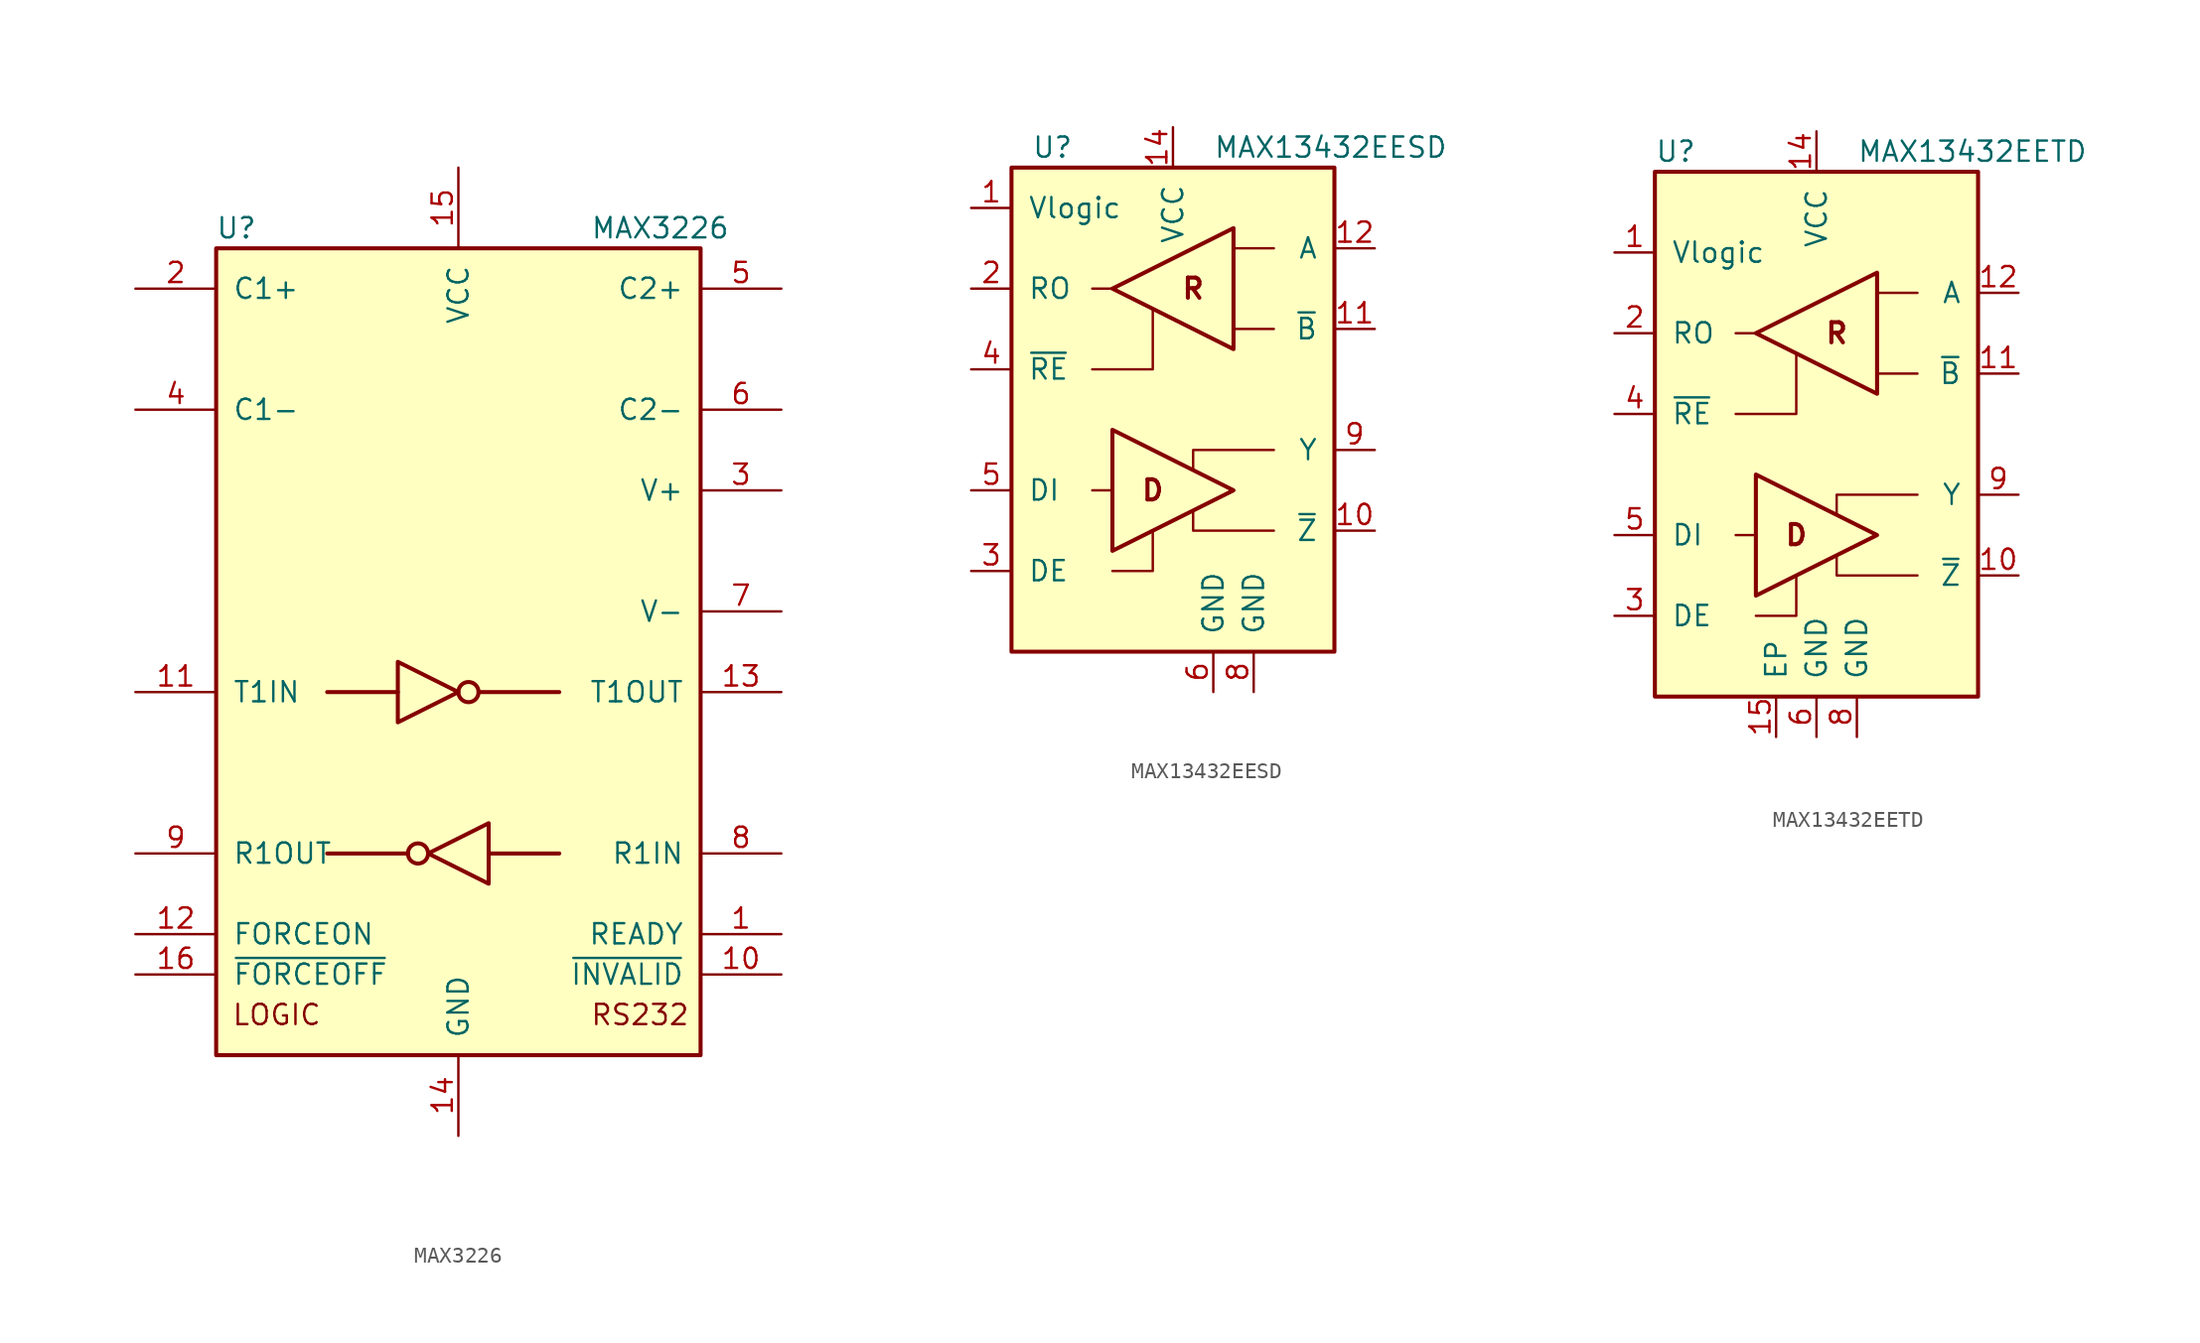
<source format=kicad_sym>
(kicad_symbol_lib
  (version 20201005)
  (generator kicad_symbol_editor)
  (symbol "Interface_UART:MAX3226"
    (pin_names
      (offset 1.016))
    (property "Reference" "U"
      (at -13.97 26.67 0)
      (effects (font (size 1.27 1.27))))
    (property "Value" "MAX3226"
      (at 12.7 26.67 0)
      (effects (font (size 1.27 1.27))))
    (symbol "MAX3226_0_0"
      (text "LOGIC" (at -11.43 -22.86 0) (effects (font (size 1.27 1.27))))
      (text "RS232" (at 11.43 -22.86 0) (effects (font (size 1.27 1.27)))))
    (symbol "MAX3226_0_1"
      (circle (center -2.54 -12.7) (radius 0.635) (stroke (width 0.254)) (fill (type none)))
      (circle (center 0.635 -2.54) (radius 0.635) (stroke (width 0.254)) (fill (type none)))
      (rectangle (start -15.24 -25.4) (end 15.24 25.4) (stroke (width 0.254)) (fill (type background)))
      (polyline (pts (xy -3.81 -2.54) (xy -8.255 -2.54)) (stroke (width 0.254)) (fill (type none)))
      (polyline (pts (xy -3.175 -12.7) (xy -8.255 -12.7)) (stroke (width 0.254)) (fill (type none)))
      (polyline (pts (xy 1.27 -2.54) (xy 6.35 -2.54)) (stroke (width 0.254)) (fill (type none)))
      (polyline (pts (xy 1.905 -12.7) (xy 6.35 -12.7)) (stroke (width 0.254)) (fill (type none)))
      (polyline (pts (xy -3.81 -0.635) (xy -3.81 -4.445) (xy 0 -2.54) (xy -3.81 -0.635)) (stroke (width 0.254)) (fill (type none)))
      (polyline (pts (xy 1.905 -10.795) (xy 1.905 -14.605) (xy -1.905 -12.7) (xy 1.905 -10.795)) (stroke (width 0.254)) (fill (type none))))
    (symbol "MAX3226_1_1"
      (pin output line (at 20.32 -17.78 180) (length 5.08) (name "READY" (effects (font (size 1.27 1.27)))) (number "1" (effects (font (size 1.27 1.27)))))
      (pin output line (at 20.32 -20.32 180) (length 5.08) (name "~INVALID" (effects (font (size 1.27 1.27)))) (number "10" (effects (font (size 1.27 1.27)))))
      (pin input line (at -20.32 -2.54 0) (length 5.08) (name "T1IN" (effects (font (size 1.27 1.27)))) (number "11" (effects (font (size 1.27 1.27)))))
      (pin input line (at -20.32 -17.78 0) (length 5.08) (name "FORCEON" (effects (font (size 1.27 1.27)))) (number "12" (effects (font (size 1.27 1.27)))))
      (pin output line (at 20.32 -2.54 180) (length 5.08) (name "T1OUT" (effects (font (size 1.27 1.27)))) (number "13" (effects (font (size 1.27 1.27)))))
      (pin power_in line (at 0 -30.48 90) (length 5.08) (name "GND" (effects (font (size 1.27 1.27)))) (number "14" (effects (font (size 1.27 1.27)))))
      (pin power_in line (at 0 30.48 270) (length 5.08) (name "VCC" (effects (font (size 1.27 1.27)))) (number "15" (effects (font (size 1.27 1.27)))))
      (pin input line (at -20.32 -20.32 0) (length 5.08) (name "~FORCEOFF" (effects (font (size 1.27 1.27)))) (number "16" (effects (font (size 1.27 1.27)))))
      (pin passive line (at -20.32 22.86 0) (length 5.08) (name "C1+" (effects (font (size 1.27 1.27)))) (number "2" (effects (font (size 1.27 1.27)))))
      (pin power_out line (at 20.32 10.16 180) (length 5.08) (name "V+" (effects (font (size 1.27 1.27)))) (number "3" (effects (font (size 1.27 1.27)))))
      (pin passive line (at -20.32 15.24 0) (length 5.08) (name "C1-" (effects (font (size 1.27 1.27)))) (number "4" (effects (font (size 1.27 1.27)))))
      (pin passive line (at 20.32 22.86 180) (length 5.08) (name "C2+" (effects (font (size 1.27 1.27)))) (number "5" (effects (font (size 1.27 1.27)))))
      (pin passive line (at 20.32 15.24 180) (length 5.08) (name "C2-" (effects (font (size 1.27 1.27)))) (number "6" (effects (font (size 1.27 1.27)))))
      (pin power_out line (at 20.32 2.54 180) (length 5.08) (name "V-" (effects (font (size 1.27 1.27)))) (number "7" (effects (font (size 1.27 1.27)))))
      (pin input line (at 20.32 -12.7 180) (length 5.08) (name "R1IN" (effects (font (size 1.27 1.27)))) (number "8" (effects (font (size 1.27 1.27)))))
      (pin output line (at -20.32 -12.7 0) (length 5.08) (name "R1OUT" (effects (font (size 1.27 1.27)))) (number "9" (effects (font (size 1.27 1.27)))))))
  (symbol "Interface_UART:MAX13432EESD"
    (pin_names
      (offset 1.016))
    (property "Reference" "U"
      (at -8.89 16.51 0)
      (effects (font (size 1.27 1.27)) (justify left)))
    (property "Value" "MAX13432EESD"
      (at 2.54 16.51 0)
      (effects (font (size 1.27 1.27)) (justify left)))
    (symbol "MAX13432EESD_0_0"
      (text "D" (at -1.27 -5.08 0) (effects (font (size 1.27 1.27) bold)))
      (text "R" (at 1.27 7.62 0) (effects (font (size 1.27 1.27) bold))))
    (symbol "MAX13432EESD_0_1"
      (rectangle (start -10.16 15.24) (end 10.16 -15.24) (stroke (width 0.254)) (fill (type background)))
      (polyline (pts (xy -5.08 -5.08) (xy -3.81 -5.08)) (stroke (width 0)) (fill (type none)))
      (polyline (pts (xy -3.81 7.62) (xy -5.08 7.62)) (stroke (width 0)) (fill (type none)))
      (polyline (pts (xy 6.35 5.08) (xy 3.81 5.08) (xy 3.81 5.08)) (stroke (width 0)) (fill (type none)))
      (polyline (pts (xy 6.35 10.16) (xy 3.81 10.16) (xy 3.81 10.16)) (stroke (width 0)) (fill (type none)))
      (polyline (pts (xy -3.81 -10.16) (xy -1.27 -10.16) (xy -1.27 -7.62) (xy -1.27 -7.62)) (stroke (width 0)) (fill (type none)))
      (polyline (pts (xy -1.27 6.35) (xy -1.27 2.54) (xy -2.54 2.54) (xy -5.08 2.54)) (stroke (width 0)) (fill (type none)))
      (polyline (pts (xy 6.35 -7.62) (xy 1.27 -7.62) (xy 1.27 -6.35) (xy 1.27 -6.35)) (stroke (width 0)) (fill (type none)))
      (polyline (pts (xy 6.35 -2.54) (xy 1.27 -2.54) (xy 1.27 -3.81) (xy 1.27 -3.81)) (stroke (width 0)) (fill (type none)))
      (polyline (pts (xy -3.81 -1.27) (xy -3.81 -8.89) (xy 3.81 -5.08) (xy -3.81 -1.27) (xy -3.81 -1.27)) (stroke (width 0.254)) (fill (type none)))
      (polyline (pts (xy 3.81 11.43) (xy 3.81 3.81) (xy -3.81 7.62) (xy 3.81 11.43) (xy 3.81 11.43)) (stroke (width 0.254)) (fill (type none))))
    (symbol "MAX13432EESD_1_1"
      (pin power_in line (at -12.7 12.7 0) (length 2.54) (name "Vlogic" (effects (font (size 1.27 1.27)))) (number "1" (effects (font (size 1.27 1.27)))))
      (pin output line (at 12.7 -7.62 180) (length 2.54) (name "~Z~" (effects (font (size 1.27 1.27)))) (number "10" (effects (font (size 1.27 1.27)))))
      (pin input line (at 12.7 5.08 180) (length 2.54) (name "~B" (effects (font (size 1.27 1.27)))) (number "11" (effects (font (size 1.27 1.27)))))
      (pin input line (at 12.7 10.16 180) (length 2.54) (name "A" (effects (font (size 1.27 1.27)))) (number "12" (effects (font (size 1.27 1.27)))))
      (pin no_connect line (at 10.16 0 180) (length 2.54) hide (name "NC" (effects (font (size 1.27 1.27)))) (number "13" (effects (font (size 1.27 1.27)))))
      (pin power_in line (at 0 17.78 270) (length 2.54) (name "VCC" (effects (font (size 1.27 1.27)))) (number "14" (effects (font (size 1.27 1.27)))))
      (pin output line (at -12.7 7.62 0) (length 2.54) (name "RO" (effects (font (size 1.27 1.27)))) (number "2" (effects (font (size 1.27 1.27)))))
      (pin input line (at -12.7 -10.16 0) (length 2.54) (name "DE" (effects (font (size 1.27 1.27)))) (number "3" (effects (font (size 1.27 1.27)))))
      (pin input line (at -12.7 2.54 0) (length 2.54) (name "~RE" (effects (font (size 1.27 1.27)))) (number "4" (effects (font (size 1.27 1.27)))))
      (pin input line (at -12.7 -5.08 0) (length 2.54) (name "DI" (effects (font (size 1.27 1.27)))) (number "5" (effects (font (size 1.27 1.27)))))
      (pin power_in line (at 2.54 -17.78 90) (length 2.54) (name "GND" (effects (font (size 1.27 1.27)))) (number "6" (effects (font (size 1.27 1.27)))))
      (pin no_connect line (at 10.16 2.54 180) (length 2.54) hide (name "NC" (effects (font (size 1.27 1.27)))) (number "7" (effects (font (size 1.27 1.27)))))
      (pin power_in line (at 5.08 -17.78 90) (length 2.54) (name "GND" (effects (font (size 1.27 1.27)))) (number "8" (effects (font (size 1.27 1.27)))))
      (pin output line (at 12.7 -2.54 180) (length 2.54) (name "Y" (effects (font (size 1.27 1.27)))) (number "9" (effects (font (size 1.27 1.27)))))))
  (symbol "Interface_UART:MAX13432EETD"
    (pin_names
      (offset 1.016))
    (property "Reference" "U"
      (at -10.16 19.05 0)
      (effects (font (size 1.27 1.27)) (justify left)))
    (property "Value" "MAX13432EETD"
      (at 2.54 19.05 0)
      (effects (font (size 1.27 1.27)) (justify left)))
    (symbol "MAX13432EETD_0_0"
      (text "D" (at -1.27 -5.08 0) (effects (font (size 1.27 1.27) bold)))
      (text "R" (at 1.27 7.62 0) (effects (font (size 1.27 1.27) bold))))
    (symbol "MAX13432EETD_0_1"
      (rectangle (start -10.16 -15.24) (end 10.16 17.78) (stroke (width 0.254)) (fill (type background)))
      (polyline (pts (xy -5.08 -5.08) (xy -3.81 -5.08)) (stroke (width 0)) (fill (type none)))
      (polyline (pts (xy -3.81 7.62) (xy -5.08 7.62)) (stroke (width 0)) (fill (type none)))
      (polyline (pts (xy 6.35 5.08) (xy 3.81 5.08) (xy 3.81 5.08)) (stroke (width 0)) (fill (type none)))
      (polyline (pts (xy 6.35 10.16) (xy 3.81 10.16) (xy 3.81 10.16)) (stroke (width 0)) (fill (type none)))
      (polyline (pts (xy -3.81 -10.16) (xy -1.27 -10.16) (xy -1.27 -7.62) (xy -1.27 -7.62)) (stroke (width 0)) (fill (type none)))
      (polyline (pts (xy -1.27 6.35) (xy -1.27 2.54) (xy -2.54 2.54) (xy -5.08 2.54)) (stroke (width 0)) (fill (type none)))
      (polyline (pts (xy 6.35 -7.62) (xy 1.27 -7.62) (xy 1.27 -6.35) (xy 1.27 -6.35)) (stroke (width 0)) (fill (type none)))
      (polyline (pts (xy 6.35 -2.54) (xy 1.27 -2.54) (xy 1.27 -3.81) (xy 1.27 -3.81)) (stroke (width 0)) (fill (type none)))
      (polyline (pts (xy -3.81 -1.27) (xy -3.81 -8.89) (xy 3.81 -5.08) (xy -3.81 -1.27) (xy -3.81 -1.27)) (stroke (width 0.254)) (fill (type none)))
      (polyline (pts (xy 3.81 11.43) (xy 3.81 3.81) (xy -3.81 7.62) (xy 3.81 11.43) (xy 3.81 11.43)) (stroke (width 0.254)) (fill (type none))))
    (symbol "MAX13432EETD_1_1"
      (pin power_in line (at -12.7 12.7 0) (length 2.54) (name "Vlogic" (effects (font (size 1.27 1.27)))) (number "1" (effects (font (size 1.27 1.27)))))
      (pin output line (at 12.7 -7.62 180) (length 2.54) (name "~Z~" (effects (font (size 1.27 1.27)))) (number "10" (effects (font (size 1.27 1.27)))))
      (pin input line (at 12.7 5.08 180) (length 2.54) (name "~B" (effects (font (size 1.27 1.27)))) (number "11" (effects (font (size 1.27 1.27)))))
      (pin input line (at 12.7 10.16 180) (length 2.54) (name "A" (effects (font (size 1.27 1.27)))) (number "12" (effects (font (size 1.27 1.27)))))
      (pin no_connect line (at 10.16 0 180) (length 2.54) hide (name "NC" (effects (font (size 1.27 1.27)))) (number "13" (effects (font (size 1.27 1.27)))))
      (pin power_in line (at 0 20.32 270) (length 2.54) (name "VCC" (effects (font (size 1.27 1.27)))) (number "14" (effects (font (size 1.27 1.27)))))
      (pin power_in line (at -2.54 -17.78 90) (length 2.54) (name "EP" (effects (font (size 1.27 1.27)))) (number "15" (effects (font (size 1.27 1.27)))))
      (pin output line (at -12.7 7.62 0) (length 2.54) (name "RO" (effects (font (size 1.27 1.27)))) (number "2" (effects (font (size 1.27 1.27)))))
      (pin input line (at -12.7 -10.16 0) (length 2.54) (name "DE" (effects (font (size 1.27 1.27)))) (number "3" (effects (font (size 1.27 1.27)))))
      (pin input line (at -12.7 2.54 0) (length 2.54) (name "~RE" (effects (font (size 1.27 1.27)))) (number "4" (effects (font (size 1.27 1.27)))))
      (pin input line (at -12.7 -5.08 0) (length 2.54) (name "DI" (effects (font (size 1.27 1.27)))) (number "5" (effects (font (size 1.27 1.27)))))
      (pin power_in line (at 0 -17.78 90) (length 2.54) (name "GND" (effects (font (size 1.27 1.27)))) (number "6" (effects (font (size 1.27 1.27)))))
      (pin no_connect line (at 10.16 2.54 180) (length 2.54) hide (name "NC" (effects (font (size 1.27 1.27)))) (number "7" (effects (font (size 1.27 1.27)))))
      (pin power_in line (at 2.54 -17.78 90) (length 2.54) (name "GND" (effects (font (size 1.27 1.27)))) (number "8" (effects (font (size 1.27 1.27)))))
      (pin output line (at 12.7 -2.54 180) (length 2.54) (name "Y" (effects (font (size 1.27 1.27)))) (number "9" (effects (font (size 1.27 1.27))))))))
</source>
